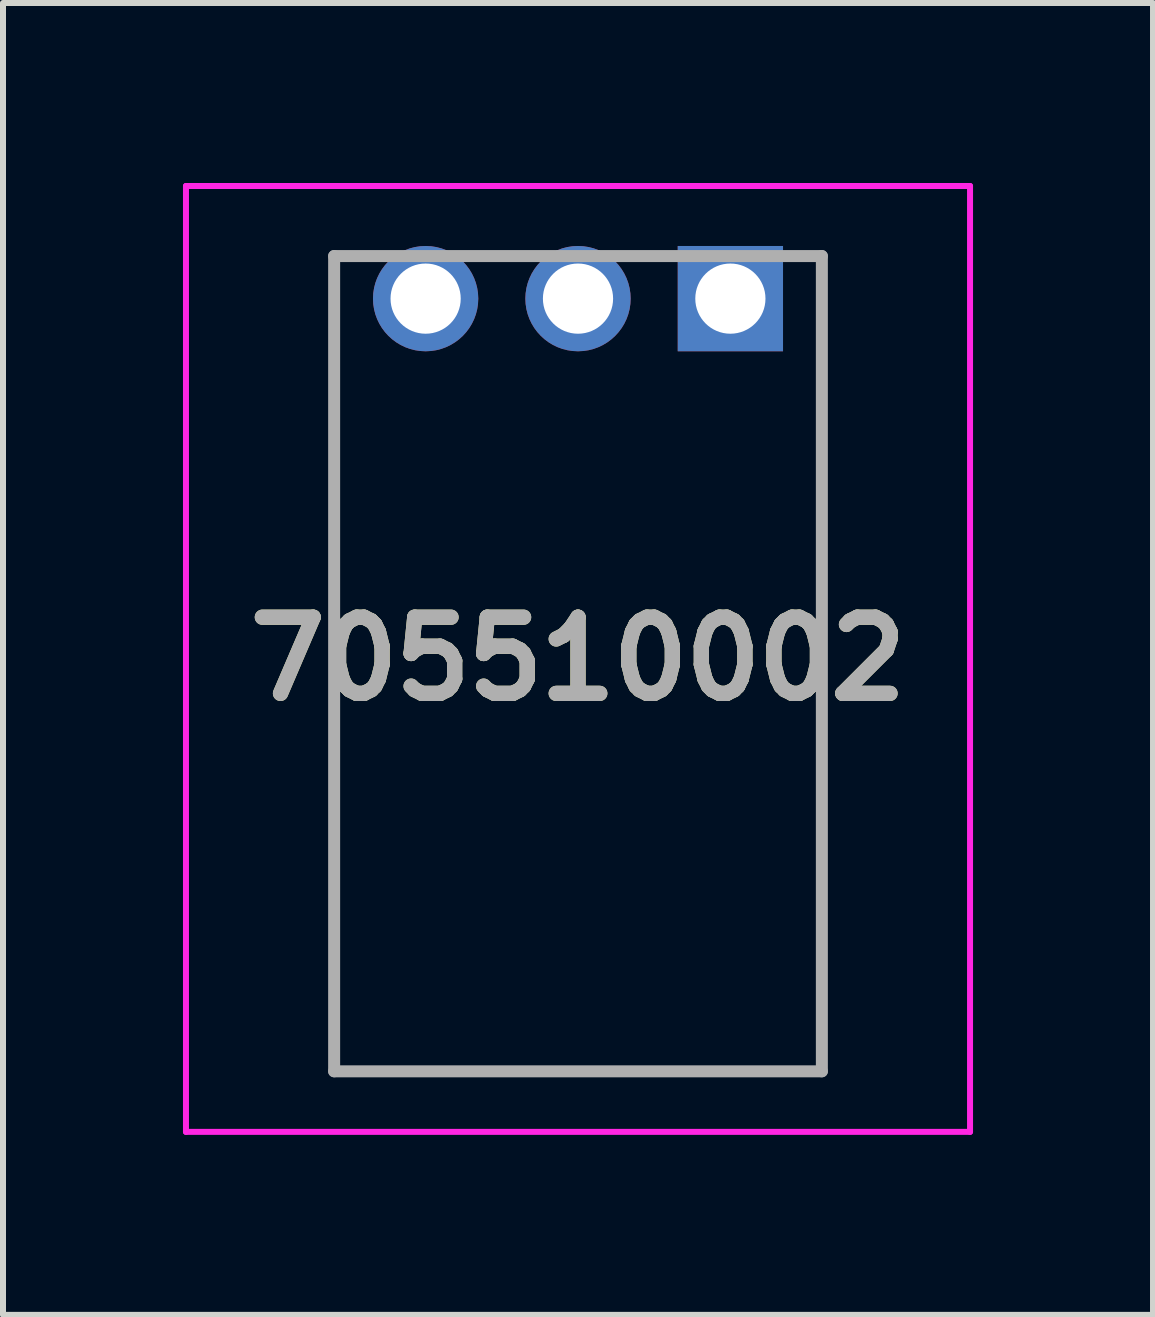
<source format=kicad_pcb>
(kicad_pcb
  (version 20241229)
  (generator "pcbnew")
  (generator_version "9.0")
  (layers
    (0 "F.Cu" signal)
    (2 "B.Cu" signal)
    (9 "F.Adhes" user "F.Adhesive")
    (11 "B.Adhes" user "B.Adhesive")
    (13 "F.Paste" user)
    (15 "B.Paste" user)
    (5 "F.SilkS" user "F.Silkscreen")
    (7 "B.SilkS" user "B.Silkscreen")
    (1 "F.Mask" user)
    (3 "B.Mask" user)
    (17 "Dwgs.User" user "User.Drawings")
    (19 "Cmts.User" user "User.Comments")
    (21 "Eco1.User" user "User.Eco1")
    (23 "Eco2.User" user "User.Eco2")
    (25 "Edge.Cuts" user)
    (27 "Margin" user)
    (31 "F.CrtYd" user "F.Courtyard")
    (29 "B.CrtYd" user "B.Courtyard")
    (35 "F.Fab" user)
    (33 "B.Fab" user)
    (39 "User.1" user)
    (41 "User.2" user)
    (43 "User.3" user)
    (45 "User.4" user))
  (footprint "705510002"
    (layer "F.Cu")
    (at 9.125 1.928)
    (property "Reference" "705510002" (at -2.54 6.006 0) (layer "F.SilkS") (effects (font (size 1.27 1.27) (thickness 0.254))))
    (attr through_hole)
    (fp_line (start -6.605 -0.71) (end -6.605 -0.71) (stroke (width 0.1) (type solid)) (layer "F.SilkS"))
    (fp_line (start -6.605 -0.71) (end -6.605 6.14) (stroke (width 0.1) (type solid)) (layer "F.SilkS"))
    (fp_line (start -6.605 6.14) (end -6.605 -0.71) (stroke (width 0.1) (type solid)) (layer "F.SilkS"))
    (fp_line (start -6.605 6.14) (end -6.605 6.14) (stroke (width 0.1) (type solid)) (layer "F.SilkS"))
    (fp_line (start -6.605 11.14) (end -6.605 11.14) (stroke (width 0.1) (type solid)) (layer "F.SilkS"))
    (fp_line (start -6.605 11.14) (end -6.605 12.88) (stroke (width 0.1) (type solid)) (layer "F.SilkS"))
    (fp_line (start -6.605 12.88) (end -6.605 11.14) (stroke (width 0.1) (type solid)) (layer "F.SilkS"))
    (fp_line (start -6.605 12.88) (end -6.605 12.88) (stroke (width 0.1) (type solid)) (layer "F.SilkS"))
    (fp_line (start -6.605 12.88) (end -6.605 12.88) (stroke (width 0.1) (type solid)) (layer "F.SilkS"))
    (fp_line (start -6.605 12.88) (end 1.46 12.88) (stroke (width 0.1) (type solid)) (layer "F.SilkS"))
    (fp_line (start 1.46 12.88) (end -6.605 12.88) (stroke (width 0.1) (type solid)) (layer "F.SilkS"))
    (fp_line (start 1.46 12.88) (end 1.46 12.88) (stroke (width 0.1) (type solid)) (layer "F.SilkS"))
    (fp_line (start 1.525 -0.71) (end 1.525 -0.71) (stroke (width 0.1) (type solid)) (layer "F.SilkS"))
    (fp_line (start 1.525 -0.71) (end 1.525 5.89) (stroke (width 0.1) (type solid)) (layer "F.SilkS"))
    (fp_line (start 1.525 5.89) (end 1.525 -0.71) (stroke (width 0.1) (type solid)) (layer "F.SilkS"))
    (fp_line (start 1.525 5.89) (end 1.525 5.89) (stroke (width 0.1) (type solid)) (layer "F.SilkS"))
    (fp_line (start 1.525 11.14) (end 1.525 11.14) (stroke (width 0.1) (type solid)) (layer "F.SilkS"))
    (fp_line (start 1.525 11.14) (end 1.525 12.89) (stroke (width 0.1) (type solid)) (layer "F.SilkS"))
    (fp_line (start 1.525 12.89) (end 1.525 11.14) (stroke (width 0.1) (type solid)) (layer "F.SilkS"))
    (fp_line (start 1.525 12.89) (end 1.525 12.89) (stroke (width 0.1) (type solid)) (layer "F.SilkS"))
    (fp_line (start -9.075 -1.878) (end 3.995 -1.878) (stroke (width 0.1) (type solid)) (layer "F.CrtYd"))
    (fp_line (start -9.075 13.89) (end -9.075 -1.878) (stroke (width 0.1) (type solid)) (layer "F.CrtYd"))
    (fp_line (start 3.995 -1.878) (end 3.995 13.89) (stroke (width 0.1) (type solid)) (layer "F.CrtYd"))
    (fp_line (start 3.995 13.89) (end -9.075 13.89) (stroke (width 0.1) (type solid)) (layer "F.CrtYd"))
    (fp_line (start -6.605 -0.71) (end -6.605 12.88) (stroke (width 0.2) (type solid)) (layer "F.Fab"))
    (fp_line (start -6.605 12.88) (end 1.525 12.88) (stroke (width 0.2) (type solid)) (layer "F.Fab"))
    (fp_line (start 1.525 -0.71) (end -6.605 -0.71) (stroke (width 0.2) (type solid)) (layer "F.Fab"))
    (fp_line (start 1.525 12.88) (end 1.525 -0.71) (stroke (width 0.2) (type solid)) (layer "F.Fab"))
    (fp_text user "${REFERENCE}" (at -2.54 6.006 0) (layer "F.Fab") (effects (font (size 1.27 1.27) (thickness 0.254))))
    (pad "" np_thru_hole circle (at -6.35 8.64) (size 0.001 0.001) (drill 3.45) (layers "*.Cu" "*.Mask"))
    (pad "" np_thru_hole circle (at 1.27 8.64) (size 0.001 0.001) (drill 3.45) (layers "*.Cu" "*.Mask"))
    (pad "1" thru_hole rect (at 0 0) (size 1.755 1.755) (drill 1.17) (layers "*.Cu" "*.Mask"))
    (pad "2" thru_hole circle (at -2.54 0) (size 1.755 1.755) (drill 1.17) (layers "*.Cu" "*.Mask"))
    (pad "3" thru_hole circle (at -5.08 0) (size 1.755 1.755) (drill 1.17) (layers "*.Cu" "*.Mask")))
  (gr_rect
    (start -3 -3)
    (end 16.17 18.868)
    (stroke (width 0.1) (type default))
    (fill no)
    (layer "Edge.Cuts")))
</source>
